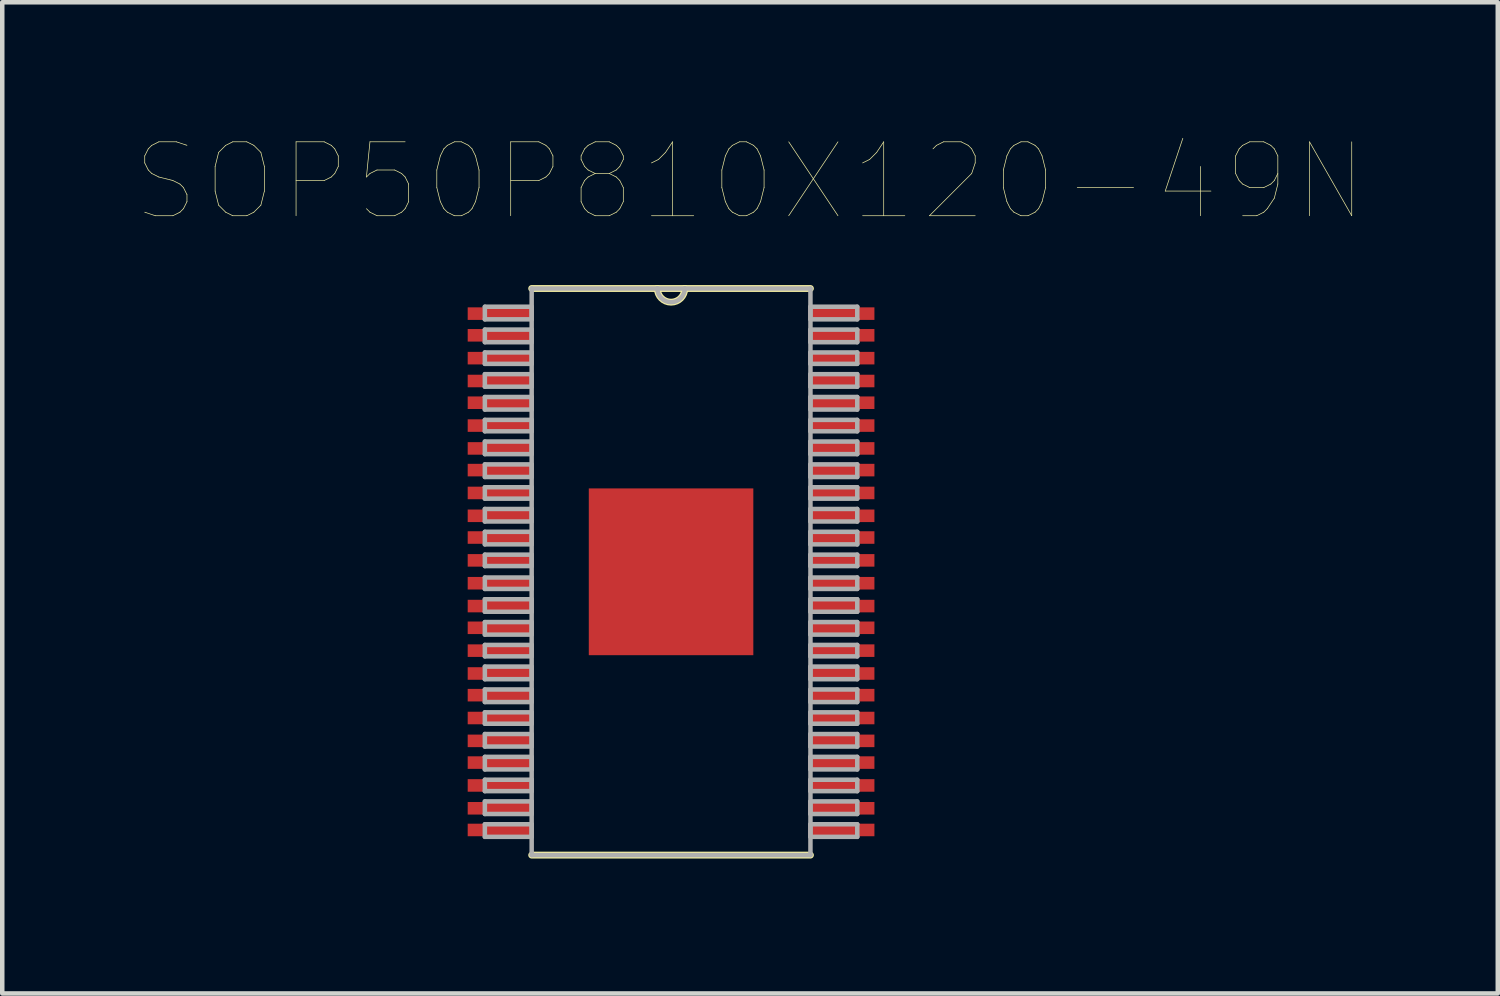
<source format=kicad_pcb>
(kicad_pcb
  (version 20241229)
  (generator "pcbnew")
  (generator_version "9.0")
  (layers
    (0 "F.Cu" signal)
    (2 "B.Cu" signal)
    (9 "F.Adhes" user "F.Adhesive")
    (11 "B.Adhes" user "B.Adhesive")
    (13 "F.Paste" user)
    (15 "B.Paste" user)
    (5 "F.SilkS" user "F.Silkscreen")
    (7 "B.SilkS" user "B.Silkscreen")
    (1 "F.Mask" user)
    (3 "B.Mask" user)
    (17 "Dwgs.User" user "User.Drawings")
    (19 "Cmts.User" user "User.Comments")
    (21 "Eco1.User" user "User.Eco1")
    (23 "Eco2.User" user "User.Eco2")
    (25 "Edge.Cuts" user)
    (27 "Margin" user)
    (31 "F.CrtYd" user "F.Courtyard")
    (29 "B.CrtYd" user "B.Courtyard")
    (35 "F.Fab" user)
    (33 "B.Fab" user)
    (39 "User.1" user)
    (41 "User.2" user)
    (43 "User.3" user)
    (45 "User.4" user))
  (footprint "SOP50P810X120-49N"
    (layer "F.Cu")
    (at 11.87 9.663)
    (property "Reference" "SOP50P810X120-49N" (at 1.755 -8.676 0) (layer "F.SilkS") (effects (font (size 1.643 1.643) (thickness 0.015))))
    (attr smd)
    (fp_line (start -3.099 6.299) (end 3.099 6.299) (stroke (width 0.152) (type solid)) (layer "F.SilkS"))
    (fp_line (start -0.305 -6.299) (end -3.099 -6.299) (stroke (width 0.152) (type solid)) (layer "F.SilkS"))
    (fp_line (start 0.305 -6.299) (end -0.305 -6.299) (stroke (width 0.152) (type solid)) (layer "F.SilkS"))
    (fp_line (start 3.099 -6.299) (end 0.305 -6.299) (stroke (width 0.152) (type solid)) (layer "F.SilkS"))
    (fp_arc (start 0.3048 -6.2992) (mid 0 -5.9944) (end -0.3048 -6.2992) (stroke (width 0.1524) (type solid)) (layer "F.SilkS"))
    (fp_line (start -4.14 -5.893) (end -4.14 -5.613) (stroke (width 0.1) (type solid)) (layer "F.Fab"))
    (fp_line (start -4.14 -5.613) (end -3.099 -5.613) (stroke (width 0.1) (type solid)) (layer "F.Fab"))
    (fp_line (start -4.14 -5.385) (end -4.14 -5.105) (stroke (width 0.1) (type solid)) (layer "F.Fab"))
    (fp_line (start -4.14 -5.105) (end -3.099 -5.105) (stroke (width 0.1) (type solid)) (layer "F.Fab"))
    (fp_line (start -4.14 -4.877) (end -4.14 -4.623) (stroke (width 0.1) (type solid)) (layer "F.Fab"))
    (fp_line (start -4.14 -4.623) (end -3.099 -4.623) (stroke (width 0.1) (type solid)) (layer "F.Fab"))
    (fp_line (start -4.14 -4.394) (end -4.14 -4.115) (stroke (width 0.1) (type solid)) (layer "F.Fab"))
    (fp_line (start -4.14 -4.115) (end -3.099 -4.115) (stroke (width 0.1) (type solid)) (layer "F.Fab"))
    (fp_line (start -4.14 -3.886) (end -4.14 -3.607) (stroke (width 0.1) (type solid)) (layer "F.Fab"))
    (fp_line (start -4.14 -3.607) (end -3.099 -3.607) (stroke (width 0.1) (type solid)) (layer "F.Fab"))
    (fp_line (start -4.14 -3.378) (end -4.14 -3.124) (stroke (width 0.1) (type solid)) (layer "F.Fab"))
    (fp_line (start -4.14 -3.124) (end -3.099 -3.124) (stroke (width 0.1) (type solid)) (layer "F.Fab"))
    (fp_line (start -4.14 -2.896) (end -4.14 -2.616) (stroke (width 0.1) (type solid)) (layer "F.Fab"))
    (fp_line (start -4.14 -2.616) (end -3.099 -2.616) (stroke (width 0.1) (type solid)) (layer "F.Fab"))
    (fp_line (start -4.14 -2.388) (end -4.14 -2.108) (stroke (width 0.1) (type solid)) (layer "F.Fab"))
    (fp_line (start -4.14 -2.108) (end -3.099 -2.108) (stroke (width 0.1) (type solid)) (layer "F.Fab"))
    (fp_line (start -4.14 -1.88) (end -4.14 -1.626) (stroke (width 0.1) (type solid)) (layer "F.Fab"))
    (fp_line (start -4.14 -1.626) (end -3.099 -1.626) (stroke (width 0.1) (type solid)) (layer "F.Fab"))
    (fp_line (start -4.14 -1.397) (end -4.14 -1.118) (stroke (width 0.1) (type solid)) (layer "F.Fab"))
    (fp_line (start -4.14 -1.118) (end -3.099 -1.118) (stroke (width 0.1) (type solid)) (layer "F.Fab"))
    (fp_line (start -4.14 -0.889) (end -4.14 -0.61) (stroke (width 0.1) (type solid)) (layer "F.Fab"))
    (fp_line (start -4.14 -0.61) (end -3.099 -0.61) (stroke (width 0.1) (type solid)) (layer "F.Fab"))
    (fp_line (start -4.14 -0.381) (end -4.14 -0.127) (stroke (width 0.1) (type solid)) (layer "F.Fab"))
    (fp_line (start -4.14 -0.127) (end -3.099 -0.127) (stroke (width 0.1) (type solid)) (layer "F.Fab"))
    (fp_line (start -4.14 0.127) (end -4.14 0.381) (stroke (width 0.1) (type solid)) (layer "F.Fab"))
    (fp_line (start -4.14 0.381) (end -3.099 0.381) (stroke (width 0.1) (type solid)) (layer "F.Fab"))
    (fp_line (start -4.14 0.61) (end -4.14 0.889) (stroke (width 0.1) (type solid)) (layer "F.Fab"))
    (fp_line (start -4.14 0.889) (end -3.099 0.889) (stroke (width 0.1) (type solid)) (layer "F.Fab"))
    (fp_line (start -4.14 1.118) (end -4.14 1.397) (stroke (width 0.1) (type solid)) (layer "F.Fab"))
    (fp_line (start -4.14 1.397) (end -3.099 1.397) (stroke (width 0.1) (type solid)) (layer "F.Fab"))
    (fp_line (start -4.14 1.626) (end -4.14 1.88) (stroke (width 0.1) (type solid)) (layer "F.Fab"))
    (fp_line (start -4.14 1.88) (end -3.099 1.88) (stroke (width 0.1) (type solid)) (layer "F.Fab"))
    (fp_line (start -4.14 2.108) (end -4.14 2.388) (stroke (width 0.1) (type solid)) (layer "F.Fab"))
    (fp_line (start -4.14 2.388) (end -3.099 2.388) (stroke (width 0.1) (type solid)) (layer "F.Fab"))
    (fp_line (start -4.14 2.616) (end -4.14 2.896) (stroke (width 0.1) (type solid)) (layer "F.Fab"))
    (fp_line (start -4.14 2.896) (end -3.099 2.896) (stroke (width 0.1) (type solid)) (layer "F.Fab"))
    (fp_line (start -4.14 3.124) (end -4.14 3.378) (stroke (width 0.1) (type solid)) (layer "F.Fab"))
    (fp_line (start -4.14 3.378) (end -3.099 3.378) (stroke (width 0.1) (type solid)) (layer "F.Fab"))
    (fp_line (start -4.14 3.607) (end -4.14 3.886) (stroke (width 0.1) (type solid)) (layer "F.Fab"))
    (fp_line (start -4.14 3.886) (end -3.099 3.886) (stroke (width 0.1) (type solid)) (layer "F.Fab"))
    (fp_line (start -4.14 4.115) (end -4.14 4.394) (stroke (width 0.1) (type solid)) (layer "F.Fab"))
    (fp_line (start -4.14 4.394) (end -3.099 4.394) (stroke (width 0.1) (type solid)) (layer "F.Fab"))
    (fp_line (start -4.14 4.623) (end -4.14 4.877) (stroke (width 0.1) (type solid)) (layer "F.Fab"))
    (fp_line (start -4.14 4.877) (end -3.099 4.877) (stroke (width 0.1) (type solid)) (layer "F.Fab"))
    (fp_line (start -4.14 5.105) (end -4.14 5.385) (stroke (width 0.1) (type solid)) (layer "F.Fab"))
    (fp_line (start -4.14 5.385) (end -3.099 5.385) (stroke (width 0.1) (type solid)) (layer "F.Fab"))
    (fp_line (start -4.14 5.613) (end -4.14 5.893) (stroke (width 0.1) (type solid)) (layer "F.Fab"))
    (fp_line (start -4.14 5.893) (end -3.099 5.893) (stroke (width 0.1) (type solid)) (layer "F.Fab"))
    (fp_line (start -3.099 -6.299) (end -3.099 6.299) (stroke (width 0.1) (type solid)) (layer "F.Fab"))
    (fp_line (start -3.099 -5.893) (end -4.14 -5.893) (stroke (width 0.1) (type solid)) (layer "F.Fab"))
    (fp_line (start -3.099 -5.613) (end -3.099 -5.893) (stroke (width 0.1) (type solid)) (layer "F.Fab"))
    (fp_line (start -3.099 -5.385) (end -4.14 -5.385) (stroke (width 0.1) (type solid)) (layer "F.Fab"))
    (fp_line (start -3.099 -5.105) (end -3.099 -5.385) (stroke (width 0.1) (type solid)) (layer "F.Fab"))
    (fp_line (start -3.099 -4.877) (end -4.14 -4.877) (stroke (width 0.1) (type solid)) (layer "F.Fab"))
    (fp_line (start -3.099 -4.623) (end -3.099 -4.877) (stroke (width 0.1) (type solid)) (layer "F.Fab"))
    (fp_line (start -3.099 -4.394) (end -4.14 -4.394) (stroke (width 0.1) (type solid)) (layer "F.Fab"))
    (fp_line (start -3.099 -4.115) (end -3.099 -4.394) (stroke (width 0.1) (type solid)) (layer "F.Fab"))
    (fp_line (start -3.099 -3.886) (end -4.14 -3.886) (stroke (width 0.1) (type solid)) (layer "F.Fab"))
    (fp_line (start -3.099 -3.607) (end -3.099 -3.886) (stroke (width 0.1) (type solid)) (layer "F.Fab"))
    (fp_line (start -3.099 -3.378) (end -4.14 -3.378) (stroke (width 0.1) (type solid)) (layer "F.Fab"))
    (fp_line (start -3.099 -3.124) (end -3.099 -3.378) (stroke (width 0.1) (type solid)) (layer "F.Fab"))
    (fp_line (start -3.099 -2.896) (end -4.14 -2.896) (stroke (width 0.1) (type solid)) (layer "F.Fab"))
    (fp_line (start -3.099 -2.616) (end -3.099 -2.896) (stroke (width 0.1) (type solid)) (layer "F.Fab"))
    (fp_line (start -3.099 -2.388) (end -4.14 -2.388) (stroke (width 0.1) (type solid)) (layer "F.Fab"))
    (fp_line (start -3.099 -2.108) (end -3.099 -2.388) (stroke (width 0.1) (type solid)) (layer "F.Fab"))
    (fp_line (start -3.099 -1.88) (end -4.14 -1.88) (stroke (width 0.1) (type solid)) (layer "F.Fab"))
    (fp_line (start -3.099 -1.626) (end -3.099 -1.88) (stroke (width 0.1) (type solid)) (layer "F.Fab"))
    (fp_line (start -3.099 -1.397) (end -4.14 -1.397) (stroke (width 0.1) (type solid)) (layer "F.Fab"))
    (fp_line (start -3.099 -1.118) (end -3.099 -1.397) (stroke (width 0.1) (type solid)) (layer "F.Fab"))
    (fp_line (start -3.099 -0.889) (end -4.14 -0.889) (stroke (width 0.1) (type solid)) (layer "F.Fab"))
    (fp_line (start -3.099 -0.61) (end -3.099 -0.889) (stroke (width 0.1) (type solid)) (layer "F.Fab"))
    (fp_line (start -3.099 -0.381) (end -4.14 -0.381) (stroke (width 0.1) (type solid)) (layer "F.Fab"))
    (fp_line (start -3.099 -0.127) (end -3.099 -0.381) (stroke (width 0.1) (type solid)) (layer "F.Fab"))
    (fp_line (start -3.099 0.127) (end -4.14 0.127) (stroke (width 0.1) (type solid)) (layer "F.Fab"))
    (fp_line (start -3.099 0.381) (end -3.099 0.127) (stroke (width 0.1) (type solid)) (layer "F.Fab"))
    (fp_line (start -3.099 0.61) (end -4.14 0.61) (stroke (width 0.1) (type solid)) (layer "F.Fab"))
    (fp_line (start -3.099 0.889) (end -3.099 0.61) (stroke (width 0.1) (type solid)) (layer "F.Fab"))
    (fp_line (start -3.099 1.118) (end -4.14 1.118) (stroke (width 0.1) (type solid)) (layer "F.Fab"))
    (fp_line (start -3.099 1.397) (end -3.099 1.118) (stroke (width 0.1) (type solid)) (layer "F.Fab"))
    (fp_line (start -3.099 1.626) (end -4.14 1.626) (stroke (width 0.1) (type solid)) (layer "F.Fab"))
    (fp_line (start -3.099 1.88) (end -3.099 1.626) (stroke (width 0.1) (type solid)) (layer "F.Fab"))
    (fp_line (start -3.099 2.108) (end -4.14 2.108) (stroke (width 0.1) (type solid)) (layer "F.Fab"))
    (fp_line (start -3.099 2.388) (end -3.099 2.108) (stroke (width 0.1) (type solid)) (layer "F.Fab"))
    (fp_line (start -3.099 2.616) (end -4.14 2.616) (stroke (width 0.1) (type solid)) (layer "F.Fab"))
    (fp_line (start -3.099 2.896) (end -3.099 2.616) (stroke (width 0.1) (type solid)) (layer "F.Fab"))
    (fp_line (start -3.099 3.124) (end -4.14 3.124) (stroke (width 0.1) (type solid)) (layer "F.Fab"))
    (fp_line (start -3.099 3.378) (end -3.099 3.124) (stroke (width 0.1) (type solid)) (layer "F.Fab"))
    (fp_line (start -3.099 3.607) (end -4.14 3.607) (stroke (width 0.1) (type solid)) (layer "F.Fab"))
    (fp_line (start -3.099 3.886) (end -3.099 3.607) (stroke (width 0.1) (type solid)) (layer "F.Fab"))
    (fp_line (start -3.099 4.115) (end -4.14 4.115) (stroke (width 0.1) (type solid)) (layer "F.Fab"))
    (fp_line (start -3.099 4.394) (end -3.099 4.115) (stroke (width 0.1) (type solid)) (layer "F.Fab"))
    (fp_line (start -3.099 4.623) (end -4.14 4.623) (stroke (width 0.1) (type solid)) (layer "F.Fab"))
    (fp_line (start -3.099 4.877) (end -3.099 4.623) (stroke (width 0.1) (type solid)) (layer "F.Fab"))
    (fp_line (start -3.099 5.105) (end -4.14 5.105) (stroke (width 0.1) (type solid)) (layer "F.Fab"))
    (fp_line (start -3.099 5.385) (end -3.099 5.105) (stroke (width 0.1) (type solid)) (layer "F.Fab"))
    (fp_line (start -3.099 5.613) (end -4.14 5.613) (stroke (width 0.1) (type solid)) (layer "F.Fab"))
    (fp_line (start -3.099 5.893) (end -3.099 5.613) (stroke (width 0.1) (type solid)) (layer "F.Fab"))
    (fp_line (start -3.099 6.299) (end 3.099 6.299) (stroke (width 0.1) (type solid)) (layer "F.Fab"))
    (fp_line (start -0.305 -6.299) (end -3.099 -6.299) (stroke (width 0.1) (type solid)) (layer "F.Fab"))
    (fp_line (start 0.305 -6.299) (end -0.305 -6.299) (stroke (width 0.1) (type solid)) (layer "F.Fab"))
    (fp_line (start 3.099 -6.299) (end 0.305 -6.299) (stroke (width 0.1) (type solid)) (layer "F.Fab"))
    (fp_line (start 3.099 -5.893) (end 3.099 -5.613) (stroke (width 0.1) (type solid)) (layer "F.Fab"))
    (fp_line (start 3.099 -5.613) (end 4.14 -5.613) (stroke (width 0.1) (type solid)) (layer "F.Fab"))
    (fp_line (start 3.099 -5.385) (end 3.099 -5.105) (stroke (width 0.1) (type solid)) (layer "F.Fab"))
    (fp_line (start 3.099 -5.105) (end 4.14 -5.105) (stroke (width 0.1) (type solid)) (layer "F.Fab"))
    (fp_line (start 3.099 -4.877) (end 3.099 -4.623) (stroke (width 0.1) (type solid)) (layer "F.Fab"))
    (fp_line (start 3.099 -4.623) (end 4.14 -4.623) (stroke (width 0.1) (type solid)) (layer "F.Fab"))
    (fp_line (start 3.099 -4.394) (end 3.099 -4.115) (stroke (width 0.1) (type solid)) (layer "F.Fab"))
    (fp_line (start 3.099 -4.115) (end 4.14 -4.115) (stroke (width 0.1) (type solid)) (layer "F.Fab"))
    (fp_line (start 3.099 -3.886) (end 3.099 -3.607) (stroke (width 0.1) (type solid)) (layer "F.Fab"))
    (fp_line (start 3.099 -3.607) (end 4.14 -3.607) (stroke (width 0.1) (type solid)) (layer "F.Fab"))
    (fp_line (start 3.099 -3.378) (end 3.099 -3.124) (stroke (width 0.1) (type solid)) (layer "F.Fab"))
    (fp_line (start 3.099 -3.124) (end 4.14 -3.124) (stroke (width 0.1) (type solid)) (layer "F.Fab"))
    (fp_line (start 3.099 -2.896) (end 3.099 -2.616) (stroke (width 0.1) (type solid)) (layer "F.Fab"))
    (fp_line (start 3.099 -2.616) (end 4.14 -2.616) (stroke (width 0.1) (type solid)) (layer "F.Fab"))
    (fp_line (start 3.099 -2.388) (end 3.099 -2.108) (stroke (width 0.1) (type solid)) (layer "F.Fab"))
    (fp_line (start 3.099 -2.108) (end 4.14 -2.108) (stroke (width 0.1) (type solid)) (layer "F.Fab"))
    (fp_line (start 3.099 -1.88) (end 3.099 -1.626) (stroke (width 0.1) (type solid)) (layer "F.Fab"))
    (fp_line (start 3.099 -1.626) (end 4.14 -1.626) (stroke (width 0.1) (type solid)) (layer "F.Fab"))
    (fp_line (start 3.099 -1.397) (end 3.099 -1.118) (stroke (width 0.1) (type solid)) (layer "F.Fab"))
    (fp_line (start 3.099 -1.118) (end 4.14 -1.118) (stroke (width 0.1) (type solid)) (layer "F.Fab"))
    (fp_line (start 3.099 -0.889) (end 3.099 -0.61) (stroke (width 0.1) (type solid)) (layer "F.Fab"))
    (fp_line (start 3.099 -0.61) (end 4.14 -0.61) (stroke (width 0.1) (type solid)) (layer "F.Fab"))
    (fp_line (start 3.099 -0.381) (end 3.099 -0.127) (stroke (width 0.1) (type solid)) (layer "F.Fab"))
    (fp_line (start 3.099 -0.127) (end 4.14 -0.127) (stroke (width 0.1) (type solid)) (layer "F.Fab"))
    (fp_line (start 3.099 0.127) (end 3.099 0.381) (stroke (width 0.1) (type solid)) (layer "F.Fab"))
    (fp_line (start 3.099 0.381) (end 4.14 0.381) (stroke (width 0.1) (type solid)) (layer "F.Fab"))
    (fp_line (start 3.099 0.61) (end 3.099 0.889) (stroke (width 0.1) (type solid)) (layer "F.Fab"))
    (fp_line (start 3.099 0.889) (end 4.14 0.889) (stroke (width 0.1) (type solid)) (layer "F.Fab"))
    (fp_line (start 3.099 1.118) (end 3.099 1.397) (stroke (width 0.1) (type solid)) (layer "F.Fab"))
    (fp_line (start 3.099 1.397) (end 4.14 1.397) (stroke (width 0.1) (type solid)) (layer "F.Fab"))
    (fp_line (start 3.099 1.626) (end 3.099 1.88) (stroke (width 0.1) (type solid)) (layer "F.Fab"))
    (fp_line (start 3.099 1.88) (end 4.14 1.88) (stroke (width 0.1) (type solid)) (layer "F.Fab"))
    (fp_line (start 3.099 2.108) (end 3.099 2.388) (stroke (width 0.1) (type solid)) (layer "F.Fab"))
    (fp_line (start 3.099 2.388) (end 4.14 2.388) (stroke (width 0.1) (type solid)) (layer "F.Fab"))
    (fp_line (start 3.099 2.616) (end 3.099 2.896) (stroke (width 0.1) (type solid)) (layer "F.Fab"))
    (fp_line (start 3.099 2.896) (end 4.14 2.896) (stroke (width 0.1) (type solid)) (layer "F.Fab"))
    (fp_line (start 3.099 3.124) (end 3.099 3.378) (stroke (width 0.1) (type solid)) (layer "F.Fab"))
    (fp_line (start 3.099 3.378) (end 4.14 3.378) (stroke (width 0.1) (type solid)) (layer "F.Fab"))
    (fp_line (start 3.099 3.607) (end 3.099 3.886) (stroke (width 0.1) (type solid)) (layer "F.Fab"))
    (fp_line (start 3.099 3.886) (end 4.14 3.886) (stroke (width 0.1) (type solid)) (layer "F.Fab"))
    (fp_line (start 3.099 4.115) (end 3.099 4.394) (stroke (width 0.1) (type solid)) (layer "F.Fab"))
    (fp_line (start 3.099 4.394) (end 4.14 4.394) (stroke (width 0.1) (type solid)) (layer "F.Fab"))
    (fp_line (start 3.099 4.623) (end 3.099 4.877) (stroke (width 0.1) (type solid)) (layer "F.Fab"))
    (fp_line (start 3.099 4.877) (end 4.14 4.877) (stroke (width 0.1) (type solid)) (layer "F.Fab"))
    (fp_line (start 3.099 5.105) (end 3.099 5.385) (stroke (width 0.1) (type solid)) (layer "F.Fab"))
    (fp_line (start 3.099 5.385) (end 4.14 5.385) (stroke (width 0.1) (type solid)) (layer "F.Fab"))
    (fp_line (start 3.099 5.613) (end 3.099 5.893) (stroke (width 0.1) (type solid)) (layer "F.Fab"))
    (fp_line (start 3.099 5.893) (end 4.14 5.893) (stroke (width 0.1) (type solid)) (layer "F.Fab"))
    (fp_line (start 3.099 6.299) (end 3.099 -6.299) (stroke (width 0.1) (type solid)) (layer "F.Fab"))
    (fp_line (start 4.14 -5.893) (end 3.099 -5.893) (stroke (width 0.1) (type solid)) (layer "F.Fab"))
    (fp_line (start 4.14 -5.613) (end 4.14 -5.893) (stroke (width 0.1) (type solid)) (layer "F.Fab"))
    (fp_line (start 4.14 -5.385) (end 3.099 -5.385) (stroke (width 0.1) (type solid)) (layer "F.Fab"))
    (fp_line (start 4.14 -5.105) (end 4.14 -5.385) (stroke (width 0.1) (type solid)) (layer "F.Fab"))
    (fp_line (start 4.14 -4.877) (end 3.099 -4.877) (stroke (width 0.1) (type solid)) (layer "F.Fab"))
    (fp_line (start 4.14 -4.623) (end 4.14 -4.877) (stroke (width 0.1) (type solid)) (layer "F.Fab"))
    (fp_line (start 4.14 -4.394) (end 3.099 -4.394) (stroke (width 0.1) (type solid)) (layer "F.Fab"))
    (fp_line (start 4.14 -4.115) (end 4.14 -4.394) (stroke (width 0.1) (type solid)) (layer "F.Fab"))
    (fp_line (start 4.14 -3.886) (end 3.099 -3.886) (stroke (width 0.1) (type solid)) (layer "F.Fab"))
    (fp_line (start 4.14 -3.607) (end 4.14 -3.886) (stroke (width 0.1) (type solid)) (layer "F.Fab"))
    (fp_line (start 4.14 -3.378) (end 3.099 -3.378) (stroke (width 0.1) (type solid)) (layer "F.Fab"))
    (fp_line (start 4.14 -3.124) (end 4.14 -3.378) (stroke (width 0.1) (type solid)) (layer "F.Fab"))
    (fp_line (start 4.14 -2.896) (end 3.099 -2.896) (stroke (width 0.1) (type solid)) (layer "F.Fab"))
    (fp_line (start 4.14 -2.616) (end 4.14 -2.896) (stroke (width 0.1) (type solid)) (layer "F.Fab"))
    (fp_line (start 4.14 -2.388) (end 3.099 -2.388) (stroke (width 0.1) (type solid)) (layer "F.Fab"))
    (fp_line (start 4.14 -2.108) (end 4.14 -2.388) (stroke (width 0.1) (type solid)) (layer "F.Fab"))
    (fp_line (start 4.14 -1.88) (end 3.099 -1.88) (stroke (width 0.1) (type solid)) (layer "F.Fab"))
    (fp_line (start 4.14 -1.626) (end 4.14 -1.88) (stroke (width 0.1) (type solid)) (layer "F.Fab"))
    (fp_line (start 4.14 -1.397) (end 3.099 -1.397) (stroke (width 0.1) (type solid)) (layer "F.Fab"))
    (fp_line (start 4.14 -1.118) (end 4.14 -1.397) (stroke (width 0.1) (type solid)) (layer "F.Fab"))
    (fp_line (start 4.14 -0.889) (end 3.099 -0.889) (stroke (width 0.1) (type solid)) (layer "F.Fab"))
    (fp_line (start 4.14 -0.61) (end 4.14 -0.889) (stroke (width 0.1) (type solid)) (layer "F.Fab"))
    (fp_line (start 4.14 -0.381) (end 3.099 -0.381) (stroke (width 0.1) (type solid)) (layer "F.Fab"))
    (fp_line (start 4.14 -0.127) (end 4.14 -0.381) (stroke (width 0.1) (type solid)) (layer "F.Fab"))
    (fp_line (start 4.14 0.127) (end 3.099 0.127) (stroke (width 0.1) (type solid)) (layer "F.Fab"))
    (fp_line (start 4.14 0.381) (end 4.14 0.127) (stroke (width 0.1) (type solid)) (layer "F.Fab"))
    (fp_line (start 4.14 0.61) (end 3.099 0.61) (stroke (width 0.1) (type solid)) (layer "F.Fab"))
    (fp_line (start 4.14 0.889) (end 4.14 0.61) (stroke (width 0.1) (type solid)) (layer "F.Fab"))
    (fp_line (start 4.14 1.118) (end 3.099 1.118) (stroke (width 0.1) (type solid)) (layer "F.Fab"))
    (fp_line (start 4.14 1.397) (end 4.14 1.118) (stroke (width 0.1) (type solid)) (layer "F.Fab"))
    (fp_line (start 4.14 1.626) (end 3.099 1.626) (stroke (width 0.1) (type solid)) (layer "F.Fab"))
    (fp_line (start 4.14 1.88) (end 4.14 1.626) (stroke (width 0.1) (type solid)) (layer "F.Fab"))
    (fp_line (start 4.14 2.108) (end 3.099 2.108) (stroke (width 0.1) (type solid)) (layer "F.Fab"))
    (fp_line (start 4.14 2.388) (end 4.14 2.108) (stroke (width 0.1) (type solid)) (layer "F.Fab"))
    (fp_line (start 4.14 2.616) (end 3.099 2.616) (stroke (width 0.1) (type solid)) (layer "F.Fab"))
    (fp_line (start 4.14 2.896) (end 4.14 2.616) (stroke (width 0.1) (type solid)) (layer "F.Fab"))
    (fp_line (start 4.14 3.124) (end 3.099 3.124) (stroke (width 0.1) (type solid)) (layer "F.Fab"))
    (fp_line (start 4.14 3.378) (end 4.14 3.124) (stroke (width 0.1) (type solid)) (layer "F.Fab"))
    (fp_line (start 4.14 3.607) (end 3.099 3.607) (stroke (width 0.1) (type solid)) (layer "F.Fab"))
    (fp_line (start 4.14 3.886) (end 4.14 3.607) (stroke (width 0.1) (type solid)) (layer "F.Fab"))
    (fp_line (start 4.14 4.115) (end 3.099 4.115) (stroke (width 0.1) (type solid)) (layer "F.Fab"))
    (fp_line (start 4.14 4.394) (end 4.14 4.115) (stroke (width 0.1) (type solid)) (layer "F.Fab"))
    (fp_line (start 4.14 4.623) (end 3.099 4.623) (stroke (width 0.1) (type solid)) (layer "F.Fab"))
    (fp_line (start 4.14 4.877) (end 4.14 4.623) (stroke (width 0.1) (type solid)) (layer "F.Fab"))
    (fp_line (start 4.14 5.105) (end 3.099 5.105) (stroke (width 0.1) (type solid)) (layer "F.Fab"))
    (fp_line (start 4.14 5.385) (end 4.14 5.105) (stroke (width 0.1) (type solid)) (layer "F.Fab"))
    (fp_line (start 4.14 5.613) (end 3.099 5.613) (stroke (width 0.1) (type solid)) (layer "F.Fab"))
    (fp_line (start 4.14 5.893) (end 4.14 5.613) (stroke (width 0.1) (type solid)) (layer "F.Fab"))
    (fp_arc (start 0.3048 -6.2992) (mid 0 -5.9944) (end -0.3048 -6.2992) (stroke (width 0.1) (type solid)) (layer "F.Fab"))
    (pad "1" smd rect (at -3.785 -5.74) (size 1.473 0.279) (layers "F.Cu" "F.Mask" "F.Paste"))
    (pad "2" smd rect (at -3.785 -5.258) (size 1.473 0.279) (layers "F.Cu" "F.Mask" "F.Paste"))
    (pad "3" smd rect (at -3.785 -4.75) (size 1.473 0.279) (layers "F.Cu" "F.Mask" "F.Paste"))
    (pad "4" smd rect (at -3.785 -4.242) (size 1.473 0.279) (layers "F.Cu" "F.Mask" "F.Paste"))
    (pad "5" smd rect (at -3.785 -3.759) (size 1.473 0.279) (layers "F.Cu" "F.Mask" "F.Paste"))
    (pad "6" smd rect (at -3.785 -3.251) (size 1.473 0.279) (layers "F.Cu" "F.Mask" "F.Paste"))
    (pad "7" smd rect (at -3.785 -2.743) (size 1.473 0.279) (layers "F.Cu" "F.Mask" "F.Paste"))
    (pad "8" smd rect (at -3.785 -2.261) (size 1.473 0.279) (layers "F.Cu" "F.Mask" "F.Paste"))
    (pad "9" smd rect (at -3.785 -1.753) (size 1.473 0.279) (layers "F.Cu" "F.Mask" "F.Paste"))
    (pad "10" smd rect (at -3.785 -1.245) (size 1.473 0.279) (layers "F.Cu" "F.Mask" "F.Paste"))
    (pad "11" smd rect (at -3.785 -0.762) (size 1.473 0.279) (layers "F.Cu" "F.Mask" "F.Paste"))
    (pad "12" smd rect (at -3.785 -0.254) (size 1.473 0.279) (layers "F.Cu" "F.Mask" "F.Paste"))
    (pad "13" smd rect (at -3.785 0.254) (size 1.473 0.279) (layers "F.Cu" "F.Mask" "F.Paste"))
    (pad "14" smd rect (at -3.785 0.762) (size 1.473 0.279) (layers "F.Cu" "F.Mask" "F.Paste"))
    (pad "15" smd rect (at -3.785 1.245) (size 1.473 0.279) (layers "F.Cu" "F.Mask" "F.Paste"))
    (pad "16" smd rect (at -3.785 1.753) (size 1.473 0.279) (layers "F.Cu" "F.Mask" "F.Paste"))
    (pad "17" smd rect (at -3.785 2.261) (size 1.473 0.279) (layers "F.Cu" "F.Mask" "F.Paste"))
    (pad "18" smd rect (at -3.785 2.743) (size 1.473 0.279) (layers "F.Cu" "F.Mask" "F.Paste"))
    (pad "19" smd rect (at -3.785 3.251) (size 1.473 0.279) (layers "F.Cu" "F.Mask" "F.Paste"))
    (pad "20" smd rect (at -3.785 3.759) (size 1.473 0.279) (layers "F.Cu" "F.Mask" "F.Paste"))
    (pad "21" smd rect (at -3.785 4.242) (size 1.473 0.279) (layers "F.Cu" "F.Mask" "F.Paste"))
    (pad "22" smd rect (at -3.785 4.75) (size 1.473 0.279) (layers "F.Cu" "F.Mask" "F.Paste"))
    (pad "23" smd rect (at -3.785 5.258) (size 1.473 0.279) (layers "F.Cu" "F.Mask" "F.Paste"))
    (pad "24" smd rect (at -3.785 5.74) (size 1.473 0.279) (layers "F.Cu" "F.Mask" "F.Paste"))
    (pad "25" smd rect (at 3.785 5.74) (size 1.473 0.279) (layers "F.Cu" "F.Mask" "F.Paste"))
    (pad "26" smd rect (at 3.785 5.258) (size 1.473 0.279) (layers "F.Cu" "F.Mask" "F.Paste"))
    (pad "27" smd rect (at 3.785 4.75) (size 1.473 0.279) (layers "F.Cu" "F.Mask" "F.Paste"))
    (pad "28" smd rect (at 3.785 4.242) (size 1.473 0.279) (layers "F.Cu" "F.Mask" "F.Paste"))
    (pad "29" smd rect (at 3.785 3.759) (size 1.473 0.279) (layers "F.Cu" "F.Mask" "F.Paste"))
    (pad "30" smd rect (at 3.785 3.251) (size 1.473 0.279) (layers "F.Cu" "F.Mask" "F.Paste"))
    (pad "31" smd rect (at 3.785 2.743) (size 1.473 0.279) (layers "F.Cu" "F.Mask" "F.Paste"))
    (pad "32" smd rect (at 3.785 2.261) (size 1.473 0.279) (layers "F.Cu" "F.Mask" "F.Paste"))
    (pad "33" smd rect (at 3.785 1.753) (size 1.473 0.279) (layers "F.Cu" "F.Mask" "F.Paste"))
    (pad "34" smd rect (at 3.785 1.245) (size 1.473 0.279) (layers "F.Cu" "F.Mask" "F.Paste"))
    (pad "35" smd rect (at 3.785 0.762) (size 1.473 0.279) (layers "F.Cu" "F.Mask" "F.Paste"))
    (pad "36" smd rect (at 3.785 0.254) (size 1.473 0.279) (layers "F.Cu" "F.Mask" "F.Paste"))
    (pad "37" smd rect (at 3.785 -0.254) (size 1.473 0.279) (layers "F.Cu" "F.Mask" "F.Paste"))
    (pad "38" smd rect (at 3.785 -0.762) (size 1.473 0.279) (layers "F.Cu" "F.Mask" "F.Paste"))
    (pad "39" smd rect (at 3.785 -1.245) (size 1.473 0.279) (layers "F.Cu" "F.Mask" "F.Paste"))
    (pad "40" smd rect (at 3.785 -1.753) (size 1.473 0.279) (layers "F.Cu" "F.Mask" "F.Paste"))
    (pad "41" smd rect (at 3.785 -2.261) (size 1.473 0.279) (layers "F.Cu" "F.Mask" "F.Paste"))
    (pad "42" smd rect (at 3.785 -2.743) (size 1.473 0.279) (layers "F.Cu" "F.Mask" "F.Paste"))
    (pad "43" smd rect (at 3.785 -3.251) (size 1.473 0.279) (layers "F.Cu" "F.Mask" "F.Paste"))
    (pad "44" smd rect (at 3.785 -3.759) (size 1.473 0.279) (layers "F.Cu" "F.Mask" "F.Paste"))
    (pad "45" smd rect (at 3.785 -4.242) (size 1.473 0.279) (layers "F.Cu" "F.Mask" "F.Paste"))
    (pad "46" smd rect (at 3.785 -4.75) (size 1.473 0.279) (layers "F.Cu" "F.Mask" "F.Paste"))
    (pad "47" smd rect (at 3.785 -5.258) (size 1.473 0.279) (layers "F.Cu" "F.Mask" "F.Paste"))
    (pad "48" smd rect (at 3.785 -5.74) (size 1.473 0.279) (layers "F.Cu" "F.Mask" "F.Paste"))
    (pad "49" smd rect (at 0 0) (size 3.658 3.708) (layers "F.Cu" "F.Mask" "F.Paste")))
  (gr_rect
    (start -3 -3)
    (end 30.251 19.038)
    (stroke (width 0.1) (type default))
    (fill no)
    (layer "Edge.Cuts")))
</source>
